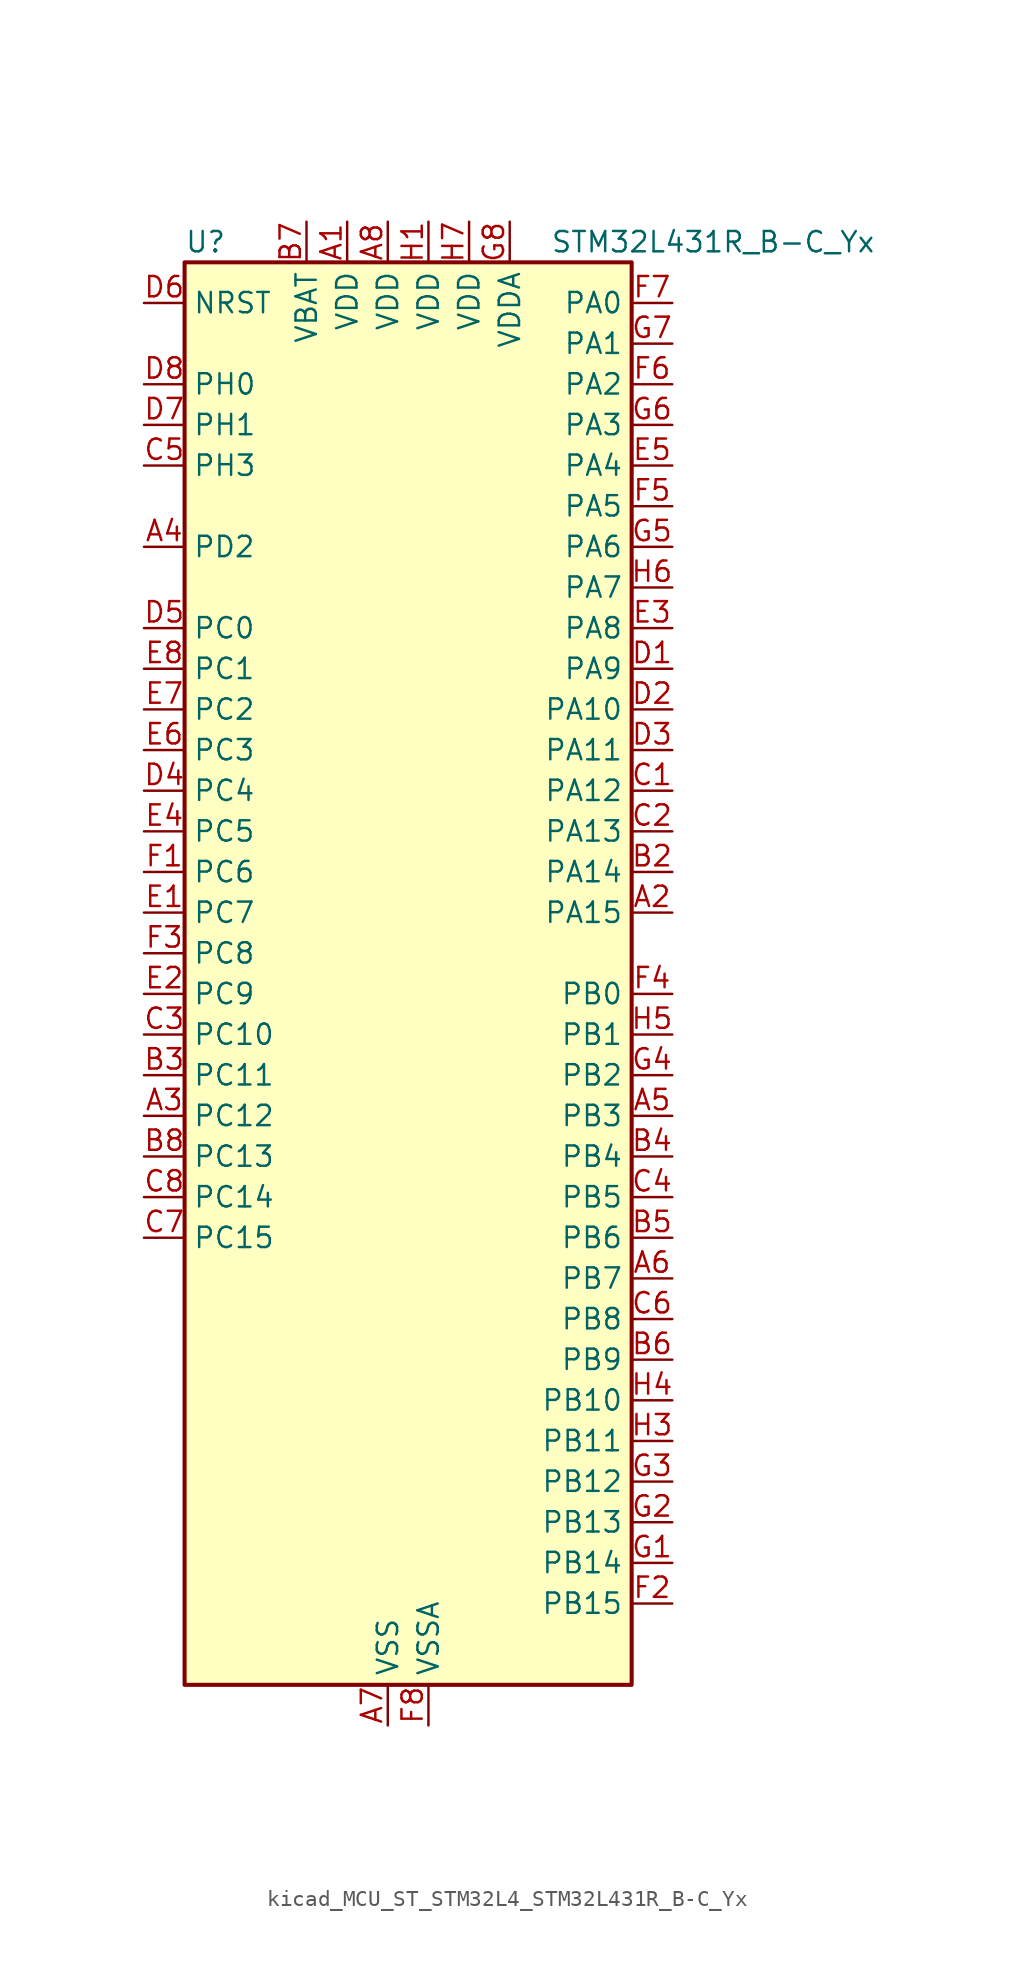
<source format=kicad_sym>
(kicad_symbol_lib
  (version 20220914)
  (generator kicad_symbol_editor)
  (symbol "kicad_MCU_ST_STM32L4_STM32L431R_B-C_Yx"
    (property "Reference" "U"
      (at -12.7 46.99 0)
      (effects (font (size 1.27 1.27)) (justify left)))
    (property "Value" "STM32L431R_B-C_Yx"
      (at 10.16 46.99 0)
      (effects (font (size 1.27 1.27)) (justify left)))
    (property "ki_locked" ""
      (at 0 0 0)
      (effects (font (size 1.27 1.27))))
    (symbol "kicad_MCU_ST_STM32L4_STM32L431R_B-C_Yx_0_1"
      (rectangle (start -12.7 -43.18) (end 15.24 45.72) (stroke (width 0.254) (type default)) (fill (type background))))
    (symbol "kicad_MCU_ST_STM32L4_STM32L431R_B-C_Yx_1_1"
      (pin power_in line (at -2.54 48.26 270) (length 2.54) (name "VDD" (effects (font (size 1.27 1.27)))) (number "A1" (effects (font (size 1.27 1.27)))))
      (pin bidirectional line (at 17.78 5.08 180) (length 2.54) (name "PA15" (effects (font (size 1.27 1.27)))) (number "A2" (effects (font (size 1.27 1.27)))) (alternate "ADC1_EXTI15" bidirectional line) (alternate "SPI1_NSS" bidirectional line) (alternate "SPI3_NSS" bidirectional line) (alternate "SWPMI1_SUSPEND" bidirectional line) (alternate "SYS_JTDI" bidirectional line) (alternate "TIM2_CH1" bidirectional line) (alternate "TIM2_ETR" bidirectional line) (alternate "TSC_G3_IO1" bidirectional line) (alternate "USART2_RX" bidirectional line) (alternate "USART3_DE" bidirectional line) (alternate "USART3_RTS" bidirectional line))
      (pin bidirectional line (at -15.24 -7.62 0) (length 2.54) (name "PC12" (effects (font (size 1.27 1.27)))) (number "A3" (effects (font (size 1.27 1.27)))) (alternate "SDMMC1_CK" bidirectional line) (alternate "SPI3_MOSI" bidirectional line) (alternate "TSC_G3_IO4" bidirectional line) (alternate "USART3_CK" bidirectional line))
      (pin bidirectional line (at -15.24 27.94 0) (length 2.54) (name "PD2" (effects (font (size 1.27 1.27)))) (number "A4" (effects (font (size 1.27 1.27)))) (alternate "SDMMC1_CMD" bidirectional line) (alternate "TSC_SYNC" bidirectional line) (alternate "USART3_DE" bidirectional line) (alternate "USART3_RTS" bidirectional line))
      (pin bidirectional line (at 17.78 -7.62 180) (length 2.54) (name "PB3" (effects (font (size 1.27 1.27)))) (number "A5" (effects (font (size 1.27 1.27)))) (alternate "COMP2_INM" bidirectional line) (alternate "SAI1_SCK_B" bidirectional line) (alternate "SPI1_SCK" bidirectional line) (alternate "SPI3_SCK" bidirectional line) (alternate "SYS_JTDO-SWO" bidirectional line) (alternate "TIM2_CH2" bidirectional line) (alternate "USART1_DE" bidirectional line) (alternate "USART1_RTS" bidirectional line))
      (pin bidirectional line (at 17.78 -17.78 180) (length 2.54) (name "PB7" (effects (font (size 1.27 1.27)))) (number "A6" (effects (font (size 1.27 1.27)))) (alternate "COMP2_INM" bidirectional line) (alternate "I2C1_SDA" bidirectional line) (alternate "LPTIM1_IN2" bidirectional line) (alternate "SYS_PVD_IN" bidirectional line) (alternate "TSC_G2_IO4" bidirectional line) (alternate "USART1_RX" bidirectional line))
      (pin power_in line (at 0 -45.72 90) (length 2.54) (name "VSS" (effects (font (size 1.27 1.27)))) (number "A7" (effects (font (size 1.27 1.27)))))
      (pin power_in line (at 0 48.26 270) (length 2.54) (name "VDD" (effects (font (size 1.27 1.27)))) (number "A8" (effects (font (size 1.27 1.27)))))
      (pin passive line (at 0 -45.72 90) (length 2.54) hide (name "VSS" (effects (font (size 1.27 1.27)))) (number "B1" (effects (font (size 1.27 1.27)))))
      (pin bidirectional line (at 17.78 7.62 180) (length 2.54) (name "PA14" (effects (font (size 1.27 1.27)))) (number "B2" (effects (font (size 1.27 1.27)))) (alternate "I2C1_SMBA" bidirectional line) (alternate "LPTIM1_OUT" bidirectional line) (alternate "SAI1_FS_B" bidirectional line) (alternate "SWPMI1_RX" bidirectional line) (alternate "SYS_JTCK-SWCLK" bidirectional line))
      (pin bidirectional line (at -15.24 -5.08 0) (length 2.54) (name "PC11" (effects (font (size 1.27 1.27)))) (number "B3" (effects (font (size 1.27 1.27)))) (alternate "ADC1_EXTI11" bidirectional line) (alternate "SDMMC1_D3" bidirectional line) (alternate "SPI3_MISO" bidirectional line) (alternate "TSC_G3_IO3" bidirectional line) (alternate "USART3_RX" bidirectional line))
      (pin bidirectional line (at 17.78 -10.16 180) (length 2.54) (name "PB4" (effects (font (size 1.27 1.27)))) (number "B4" (effects (font (size 1.27 1.27)))) (alternate "COMP2_INP" bidirectional line) (alternate "I2C3_SDA" bidirectional line) (alternate "SAI1_MCLK_B" bidirectional line) (alternate "SPI1_MISO" bidirectional line) (alternate "SPI3_MISO" bidirectional line) (alternate "SYS_JTRST" bidirectional line) (alternate "TSC_G2_IO1" bidirectional line) (alternate "USART1_CTS" bidirectional line))
      (pin bidirectional line (at 17.78 -15.24 180) (length 2.54) (name "PB6" (effects (font (size 1.27 1.27)))) (number "B5" (effects (font (size 1.27 1.27)))) (alternate "COMP2_INP" bidirectional line) (alternate "I2C1_SCL" bidirectional line) (alternate "LPTIM1_ETR" bidirectional line) (alternate "SAI1_FS_B" bidirectional line) (alternate "TIM16_CH1N" bidirectional line) (alternate "TSC_G2_IO3" bidirectional line) (alternate "USART1_TX" bidirectional line))
      (pin bidirectional line (at 17.78 -22.86 180) (length 2.54) (name "PB9" (effects (font (size 1.27 1.27)))) (number "B6" (effects (font (size 1.27 1.27)))) (alternate "CAN1_TX" bidirectional line) (alternate "DAC1_EXTI9" bidirectional line) (alternate "I2C1_SDA" bidirectional line) (alternate "IR_OUT" bidirectional line) (alternate "SAI1_FS_A" bidirectional line) (alternate "SDMMC1_D5" bidirectional line) (alternate "SPI2_NSS" bidirectional line))
      (pin power_in line (at -5.08 48.26 270) (length 2.54) (name "VBAT" (effects (font (size 1.27 1.27)))) (number "B7" (effects (font (size 1.27 1.27)))))
      (pin bidirectional line (at -15.24 -10.16 0) (length 2.54) (name "PC13" (effects (font (size 1.27 1.27)))) (number "B8" (effects (font (size 1.27 1.27)))) (alternate "RTC_OUT_ALARM" bidirectional line) (alternate "RTC_OUT_CALIB" bidirectional line) (alternate "RTC_TAMP1" bidirectional line) (alternate "RTC_TS" bidirectional line) (alternate "SYS_WKUP2" bidirectional line))
      (pin bidirectional line (at 17.78 12.7 180) (length 2.54) (name "PA12" (effects (font (size 1.27 1.27)))) (number "C1" (effects (font (size 1.27 1.27)))) (alternate "CAN1_TX" bidirectional line) (alternate "SPI1_MOSI" bidirectional line) (alternate "TIM1_ETR" bidirectional line) (alternate "USART1_DE" bidirectional line) (alternate "USART1_RTS" bidirectional line))
      (pin bidirectional line (at 17.78 10.16 180) (length 2.54) (name "PA13" (effects (font (size 1.27 1.27)))) (number "C2" (effects (font (size 1.27 1.27)))) (alternate "IR_OUT" bidirectional line) (alternate "SAI1_SD_B" bidirectional line) (alternate "SWPMI1_TX" bidirectional line) (alternate "SYS_JTMS-SWDIO" bidirectional line))
      (pin bidirectional line (at -15.24 -2.54 0) (length 2.54) (name "PC10" (effects (font (size 1.27 1.27)))) (number "C3" (effects (font (size 1.27 1.27)))) (alternate "SDMMC1_D2" bidirectional line) (alternate "SPI3_SCK" bidirectional line) (alternate "TSC_G3_IO2" bidirectional line) (alternate "USART3_TX" bidirectional line))
      (pin bidirectional line (at 17.78 -12.7 180) (length 2.54) (name "PB5" (effects (font (size 1.27 1.27)))) (number "C4" (effects (font (size 1.27 1.27)))) (alternate "COMP2_OUT" bidirectional line) (alternate "I2C1_SMBA" bidirectional line) (alternate "LPTIM1_IN1" bidirectional line) (alternate "SAI1_SD_B" bidirectional line) (alternate "SPI1_MOSI" bidirectional line) (alternate "SPI3_MOSI" bidirectional line) (alternate "TIM16_BKIN" bidirectional line) (alternate "TSC_G2_IO2" bidirectional line) (alternate "USART1_CK" bidirectional line))
      (pin bidirectional line (at -15.24 33.02 0) (length 2.54) (name "PH3" (effects (font (size 1.27 1.27)))) (number "C5" (effects (font (size 1.27 1.27)))))
      (pin bidirectional line (at 17.78 -20.32 180) (length 2.54) (name "PB8" (effects (font (size 1.27 1.27)))) (number "C6" (effects (font (size 1.27 1.27)))) (alternate "CAN1_RX" bidirectional line) (alternate "I2C1_SCL" bidirectional line) (alternate "SAI1_MCLK_A" bidirectional line) (alternate "SDMMC1_D4" bidirectional line) (alternate "TIM16_CH1" bidirectional line))
      (pin bidirectional line (at -15.24 -15.24 0) (length 2.54) (name "PC15" (effects (font (size 1.27 1.27)))) (number "C7" (effects (font (size 1.27 1.27)))) (alternate "ADC1_EXTI15" bidirectional line) (alternate "RCC_OSC32_OUT" bidirectional line))
      (pin bidirectional line (at -15.24 -12.7 0) (length 2.54) (name "PC14" (effects (font (size 1.27 1.27)))) (number "C8" (effects (font (size 1.27 1.27)))) (alternate "RCC_OSC32_IN" bidirectional line))
      (pin bidirectional line (at 17.78 20.32 180) (length 2.54) (name "PA9" (effects (font (size 1.27 1.27)))) (number "D1" (effects (font (size 1.27 1.27)))) (alternate "DAC1_EXTI9" bidirectional line) (alternate "I2C1_SCL" bidirectional line) (alternate "SAI1_FS_A" bidirectional line) (alternate "TIM15_BKIN" bidirectional line) (alternate "TIM1_CH2" bidirectional line) (alternate "USART1_TX" bidirectional line))
      (pin bidirectional line (at 17.78 17.78 180) (length 2.54) (name "PA10" (effects (font (size 1.27 1.27)))) (number "D2" (effects (font (size 1.27 1.27)))) (alternate "I2C1_SDA" bidirectional line) (alternate "SAI1_SD_A" bidirectional line) (alternate "TIM1_CH3" bidirectional line) (alternate "USART1_RX" bidirectional line))
      (pin bidirectional line (at 17.78 15.24 180) (length 2.54) (name "PA11" (effects (font (size 1.27 1.27)))) (number "D3" (effects (font (size 1.27 1.27)))) (alternate "ADC1_EXTI11" bidirectional line) (alternate "CAN1_RX" bidirectional line) (alternate "COMP1_OUT" bidirectional line) (alternate "SPI1_MISO" bidirectional line) (alternate "TIM1_BKIN2" bidirectional line) (alternate "TIM1_BKIN2_COMP1" bidirectional line) (alternate "TIM1_CH4" bidirectional line) (alternate "USART1_CTS" bidirectional line))
      (pin bidirectional line (at -15.24 12.7 0) (length 2.54) (name "PC4" (effects (font (size 1.27 1.27)))) (number "D4" (effects (font (size 1.27 1.27)))) (alternate "ADC1_IN13" bidirectional line) (alternate "COMP1_INM" bidirectional line) (alternate "USART3_TX" bidirectional line))
      (pin bidirectional line (at -15.24 22.86 0) (length 2.54) (name "PC0" (effects (font (size 1.27 1.27)))) (number "D5" (effects (font (size 1.27 1.27)))) (alternate "ADC1_IN1" bidirectional line) (alternate "I2C3_SCL" bidirectional line) (alternate "LPTIM1_IN1" bidirectional line) (alternate "LPTIM2_IN1" bidirectional line) (alternate "LPUART1_RX" bidirectional line))
      (pin input line (at -15.24 43.18 0) (length 2.54) (name "NRST" (effects (font (size 1.27 1.27)))) (number "D6" (effects (font (size 1.27 1.27)))))
      (pin bidirectional line (at -15.24 35.56 0) (length 2.54) (name "PH1" (effects (font (size 1.27 1.27)))) (number "D7" (effects (font (size 1.27 1.27)))) (alternate "RCC_OSC_OUT" bidirectional line))
      (pin bidirectional line (at -15.24 38.1 0) (length 2.54) (name "PH0" (effects (font (size 1.27 1.27)))) (number "D8" (effects (font (size 1.27 1.27)))) (alternate "RCC_OSC_IN" bidirectional line))
      (pin bidirectional line (at -15.24 5.08 0) (length 2.54) (name "PC7" (effects (font (size 1.27 1.27)))) (number "E1" (effects (font (size 1.27 1.27)))) (alternate "SDMMC1_D7" bidirectional line) (alternate "TSC_G4_IO2" bidirectional line))
      (pin bidirectional line (at -15.24 0 0) (length 2.54) (name "PC9" (effects (font (size 1.27 1.27)))) (number "E2" (effects (font (size 1.27 1.27)))) (alternate "DAC1_EXTI9" bidirectional line) (alternate "SDMMC1_D1" bidirectional line) (alternate "TSC_G4_IO4" bidirectional line))
      (pin bidirectional line (at 17.78 22.86 180) (length 2.54) (name "PA8" (effects (font (size 1.27 1.27)))) (number "E3" (effects (font (size 1.27 1.27)))) (alternate "LPTIM2_OUT" bidirectional line) (alternate "RCC_MCO" bidirectional line) (alternate "SAI1_SCK_A" bidirectional line) (alternate "SWPMI1_IO" bidirectional line) (alternate "TIM1_CH1" bidirectional line) (alternate "USART1_CK" bidirectional line))
      (pin bidirectional line (at -15.24 10.16 0) (length 2.54) (name "PC5" (effects (font (size 1.27 1.27)))) (number "E4" (effects (font (size 1.27 1.27)))) (alternate "ADC1_IN14" bidirectional line) (alternate "COMP1_INP" bidirectional line) (alternate "SYS_WKUP5" bidirectional line) (alternate "USART3_RX" bidirectional line))
      (pin bidirectional line (at 17.78 33.02 180) (length 2.54) (name "PA4" (effects (font (size 1.27 1.27)))) (number "E5" (effects (font (size 1.27 1.27)))) (alternate "ADC1_IN9" bidirectional line) (alternate "COMP1_INM" bidirectional line) (alternate "COMP2_INM" bidirectional line) (alternate "DAC1_OUT1" bidirectional line) (alternate "LPTIM2_OUT" bidirectional line) (alternate "SAI1_FS_B" bidirectional line) (alternate "SPI1_NSS" bidirectional line) (alternate "SPI3_NSS" bidirectional line) (alternate "USART2_CK" bidirectional line))
      (pin bidirectional line (at -15.24 15.24 0) (length 2.54) (name "PC3" (effects (font (size 1.27 1.27)))) (number "E6" (effects (font (size 1.27 1.27)))) (alternate "ADC1_IN4" bidirectional line) (alternate "LPTIM1_ETR" bidirectional line) (alternate "LPTIM2_ETR" bidirectional line) (alternate "SAI1_SD_A" bidirectional line) (alternate "SPI2_MOSI" bidirectional line))
      (pin bidirectional line (at -15.24 17.78 0) (length 2.54) (name "PC2" (effects (font (size 1.27 1.27)))) (number "E7" (effects (font (size 1.27 1.27)))) (alternate "ADC1_IN3" bidirectional line) (alternate "LPTIM1_IN2" bidirectional line) (alternate "SPI2_MISO" bidirectional line))
      (pin bidirectional line (at -15.24 20.32 0) (length 2.54) (name "PC1" (effects (font (size 1.27 1.27)))) (number "E8" (effects (font (size 1.27 1.27)))) (alternate "ADC1_IN2" bidirectional line) (alternate "I2C3_SDA" bidirectional line) (alternate "LPTIM1_OUT" bidirectional line) (alternate "LPUART1_TX" bidirectional line))
      (pin bidirectional line (at -15.24 7.62 0) (length 2.54) (name "PC6" (effects (font (size 1.27 1.27)))) (number "F1" (effects (font (size 1.27 1.27)))) (alternate "SDMMC1_D6" bidirectional line) (alternate "TSC_G4_IO1" bidirectional line))
      (pin bidirectional line (at 17.78 -38.1 180) (length 2.54) (name "PB15" (effects (font (size 1.27 1.27)))) (number "F2" (effects (font (size 1.27 1.27)))) (alternate "ADC1_EXTI15" bidirectional line) (alternate "RTC_REFIN" bidirectional line) (alternate "SAI1_SD_A" bidirectional line) (alternate "SPI2_MOSI" bidirectional line) (alternate "SWPMI1_SUSPEND" bidirectional line) (alternate "TIM15_CH2" bidirectional line) (alternate "TIM1_CH3N" bidirectional line) (alternate "TSC_G1_IO4" bidirectional line))
      (pin bidirectional line (at -15.24 2.54 0) (length 2.54) (name "PC8" (effects (font (size 1.27 1.27)))) (number "F3" (effects (font (size 1.27 1.27)))) (alternate "SDMMC1_D0" bidirectional line) (alternate "TSC_G4_IO3" bidirectional line))
      (pin bidirectional line (at 17.78 0 180) (length 2.54) (name "PB0" (effects (font (size 1.27 1.27)))) (number "F4" (effects (font (size 1.27 1.27)))) (alternate "ADC1_IN15" bidirectional line) (alternate "COMP1_OUT" bidirectional line) (alternate "QUADSPI_BK1_IO1" bidirectional line) (alternate "SAI1_EXTCLK" bidirectional line) (alternate "SPI1_NSS" bidirectional line) (alternate "TIM1_CH2N" bidirectional line) (alternate "USART3_CK" bidirectional line))
      (pin bidirectional line (at 17.78 30.48 180) (length 2.54) (name "PA5" (effects (font (size 1.27 1.27)))) (number "F5" (effects (font (size 1.27 1.27)))) (alternate "ADC1_IN10" bidirectional line) (alternate "COMP1_INM" bidirectional line) (alternate "COMP2_INM" bidirectional line) (alternate "DAC1_OUT2" bidirectional line) (alternate "LPTIM2_ETR" bidirectional line) (alternate "SPI1_SCK" bidirectional line) (alternate "TIM2_CH1" bidirectional line) (alternate "TIM2_ETR" bidirectional line))
      (pin bidirectional line (at 17.78 38.1 180) (length 2.54) (name "PA2" (effects (font (size 1.27 1.27)))) (number "F6" (effects (font (size 1.27 1.27)))) (alternate "ADC1_IN7" bidirectional line) (alternate "COMP2_INM" bidirectional line) (alternate "COMP2_OUT" bidirectional line) (alternate "LPUART1_TX" bidirectional line) (alternate "QUADSPI_BK1_NCS" bidirectional line) (alternate "RCC_LSCO" bidirectional line) (alternate "SYS_WKUP4" bidirectional line) (alternate "TIM15_CH1" bidirectional line) (alternate "TIM2_CH3" bidirectional line) (alternate "USART2_TX" bidirectional line))
      (pin bidirectional line (at 17.78 43.18 180) (length 2.54) (name "PA0" (effects (font (size 1.27 1.27)))) (number "F7" (effects (font (size 1.27 1.27)))) (alternate "ADC1_IN5" bidirectional line) (alternate "COMP1_INM" bidirectional line) (alternate "COMP1_OUT" bidirectional line) (alternate "OPAMP1_VINP" bidirectional line) (alternate "RTC_TAMP2" bidirectional line) (alternate "SAI1_EXTCLK" bidirectional line) (alternate "SYS_WKUP1" bidirectional line) (alternate "TIM2_CH1" bidirectional line) (alternate "TIM2_ETR" bidirectional line) (alternate "USART2_CTS" bidirectional line))
      (pin power_in line (at 2.54 -45.72 90) (length 2.54) (name "VSSA" (effects (font (size 1.27 1.27)))) (number "F8" (effects (font (size 1.27 1.27)))))
      (pin bidirectional line (at 17.78 -35.56 180) (length 2.54) (name "PB14" (effects (font (size 1.27 1.27)))) (number "G1" (effects (font (size 1.27 1.27)))) (alternate "I2C2_SDA" bidirectional line) (alternate "SAI1_MCLK_A" bidirectional line) (alternate "SPI2_MISO" bidirectional line) (alternate "SWPMI1_RX" bidirectional line) (alternate "TIM15_CH1" bidirectional line) (alternate "TIM1_CH2N" bidirectional line) (alternate "TSC_G1_IO3" bidirectional line) (alternate "USART3_DE" bidirectional line) (alternate "USART3_RTS" bidirectional line))
      (pin bidirectional line (at 17.78 -33.02 180) (length 2.54) (name "PB13" (effects (font (size 1.27 1.27)))) (number "G2" (effects (font (size 1.27 1.27)))) (alternate "I2C2_SCL" bidirectional line) (alternate "LPUART1_CTS" bidirectional line) (alternate "SAI1_SCK_A" bidirectional line) (alternate "SPI2_SCK" bidirectional line) (alternate "SWPMI1_TX" bidirectional line) (alternate "TIM15_CH1N" bidirectional line) (alternate "TIM1_CH1N" bidirectional line) (alternate "TSC_G1_IO2" bidirectional line) (alternate "USART3_CTS" bidirectional line))
      (pin bidirectional line (at 17.78 -30.48 180) (length 2.54) (name "PB12" (effects (font (size 1.27 1.27)))) (number "G3" (effects (font (size 1.27 1.27)))) (alternate "I2C2_SMBA" bidirectional line) (alternate "LPUART1_DE" bidirectional line) (alternate "LPUART1_RTS" bidirectional line) (alternate "SAI1_FS_A" bidirectional line) (alternate "SPI2_NSS" bidirectional line) (alternate "SWPMI1_IO" bidirectional line) (alternate "TIM15_BKIN" bidirectional line) (alternate "TIM1_BKIN" bidirectional line) (alternate "TIM1_BKIN_COMP2" bidirectional line) (alternate "TSC_G1_IO1" bidirectional line) (alternate "USART3_CK" bidirectional line))
      (pin bidirectional line (at 17.78 -5.08 180) (length 2.54) (name "PB2" (effects (font (size 1.27 1.27)))) (number "G4" (effects (font (size 1.27 1.27)))) (alternate "COMP1_INP" bidirectional line) (alternate "I2C3_SMBA" bidirectional line) (alternate "LPTIM1_OUT" bidirectional line) (alternate "RTC_OUT_ALARM" bidirectional line) (alternate "RTC_OUT_CALIB" bidirectional line))
      (pin bidirectional line (at 17.78 27.94 180) (length 2.54) (name "PA6" (effects (font (size 1.27 1.27)))) (number "G5" (effects (font (size 1.27 1.27)))) (alternate "ADC1_IN11" bidirectional line) (alternate "COMP1_OUT" bidirectional line) (alternate "LPUART1_CTS" bidirectional line) (alternate "QUADSPI_BK1_IO3" bidirectional line) (alternate "SPI1_MISO" bidirectional line) (alternate "TIM16_CH1" bidirectional line) (alternate "TIM1_BKIN" bidirectional line) (alternate "TIM1_BKIN_COMP2" bidirectional line) (alternate "USART3_CTS" bidirectional line))
      (pin bidirectional line (at 17.78 35.56 180) (length 2.54) (name "PA3" (effects (font (size 1.27 1.27)))) (number "G6" (effects (font (size 1.27 1.27)))) (alternate "ADC1_IN8" bidirectional line) (alternate "COMP2_INP" bidirectional line) (alternate "LPUART1_RX" bidirectional line) (alternate "OPAMP1_VOUT" bidirectional line) (alternate "QUADSPI_CLK" bidirectional line) (alternate "SAI1_MCLK_A" bidirectional line) (alternate "TIM15_CH2" bidirectional line) (alternate "TIM2_CH4" bidirectional line) (alternate "USART2_RX" bidirectional line))
      (pin bidirectional line (at 17.78 40.64 180) (length 2.54) (name "PA1" (effects (font (size 1.27 1.27)))) (number "G7" (effects (font (size 1.27 1.27)))) (alternate "ADC1_IN6" bidirectional line) (alternate "COMP1_INP" bidirectional line) (alternate "I2C1_SMBA" bidirectional line) (alternate "OPAMP1_VINM" bidirectional line) (alternate "SPI1_SCK" bidirectional line) (alternate "TIM15_CH1N" bidirectional line) (alternate "TIM2_CH2" bidirectional line) (alternate "USART2_DE" bidirectional line) (alternate "USART2_RTS" bidirectional line))
      (pin power_in line (at 7.62 48.26 270) (length 2.54) (name "VDDA" (effects (font (size 1.27 1.27)))) (number "G8" (effects (font (size 1.27 1.27)))))
      (pin power_in line (at 2.54 48.26 270) (length 2.54) (name "VDD" (effects (font (size 1.27 1.27)))) (number "H1" (effects (font (size 1.27 1.27)))))
      (pin passive line (at 0 -45.72 90) (length 2.54) hide (name "VSS" (effects (font (size 1.27 1.27)))) (number "H2" (effects (font (size 1.27 1.27)))))
      (pin bidirectional line (at 17.78 -27.94 180) (length 2.54) (name "PB11" (effects (font (size 1.27 1.27)))) (number "H3" (effects (font (size 1.27 1.27)))) (alternate "ADC1_EXTI11" bidirectional line) (alternate "COMP2_OUT" bidirectional line) (alternate "I2C2_SDA" bidirectional line) (alternate "LPUART1_TX" bidirectional line) (alternate "QUADSPI_BK1_NCS" bidirectional line) (alternate "TIM2_CH4" bidirectional line) (alternate "USART3_RX" bidirectional line))
      (pin bidirectional line (at 17.78 -25.4 180) (length 2.54) (name "PB10" (effects (font (size 1.27 1.27)))) (number "H4" (effects (font (size 1.27 1.27)))) (alternate "COMP1_OUT" bidirectional line) (alternate "I2C2_SCL" bidirectional line) (alternate "LPUART1_RX" bidirectional line) (alternate "QUADSPI_CLK" bidirectional line) (alternate "SAI1_SCK_A" bidirectional line) (alternate "SPI2_SCK" bidirectional line) (alternate "TIM2_CH3" bidirectional line) (alternate "TSC_SYNC" bidirectional line) (alternate "USART3_TX" bidirectional line))
      (pin bidirectional line (at 17.78 -2.54 180) (length 2.54) (name "PB1" (effects (font (size 1.27 1.27)))) (number "H5" (effects (font (size 1.27 1.27)))) (alternate "ADC1_IN16" bidirectional line) (alternate "COMP1_INM" bidirectional line) (alternate "LPTIM2_IN1" bidirectional line) (alternate "LPUART1_DE" bidirectional line) (alternate "LPUART1_RTS" bidirectional line) (alternate "QUADSPI_BK1_IO0" bidirectional line) (alternate "TIM1_CH3N" bidirectional line) (alternate "USART3_DE" bidirectional line) (alternate "USART3_RTS" bidirectional line))
      (pin bidirectional line (at 17.78 25.4 180) (length 2.54) (name "PA7" (effects (font (size 1.27 1.27)))) (number "H6" (effects (font (size 1.27 1.27)))) (alternate "ADC1_IN12" bidirectional line) (alternate "COMP2_OUT" bidirectional line) (alternate "I2C3_SCL" bidirectional line) (alternate "QUADSPI_BK1_IO2" bidirectional line) (alternate "SPI1_MOSI" bidirectional line) (alternate "TIM1_CH1N" bidirectional line))
      (pin power_in line (at 5.08 48.26 270) (length 2.54) (name "VDD" (effects (font (size 1.27 1.27)))) (number "H7" (effects (font (size 1.27 1.27)))))
      (pin passive line (at 0 -45.72 90) (length 2.54) hide (name "VSS" (effects (font (size 1.27 1.27)))) (number "H8" (effects (font (size 1.27 1.27))))))))
</source>
